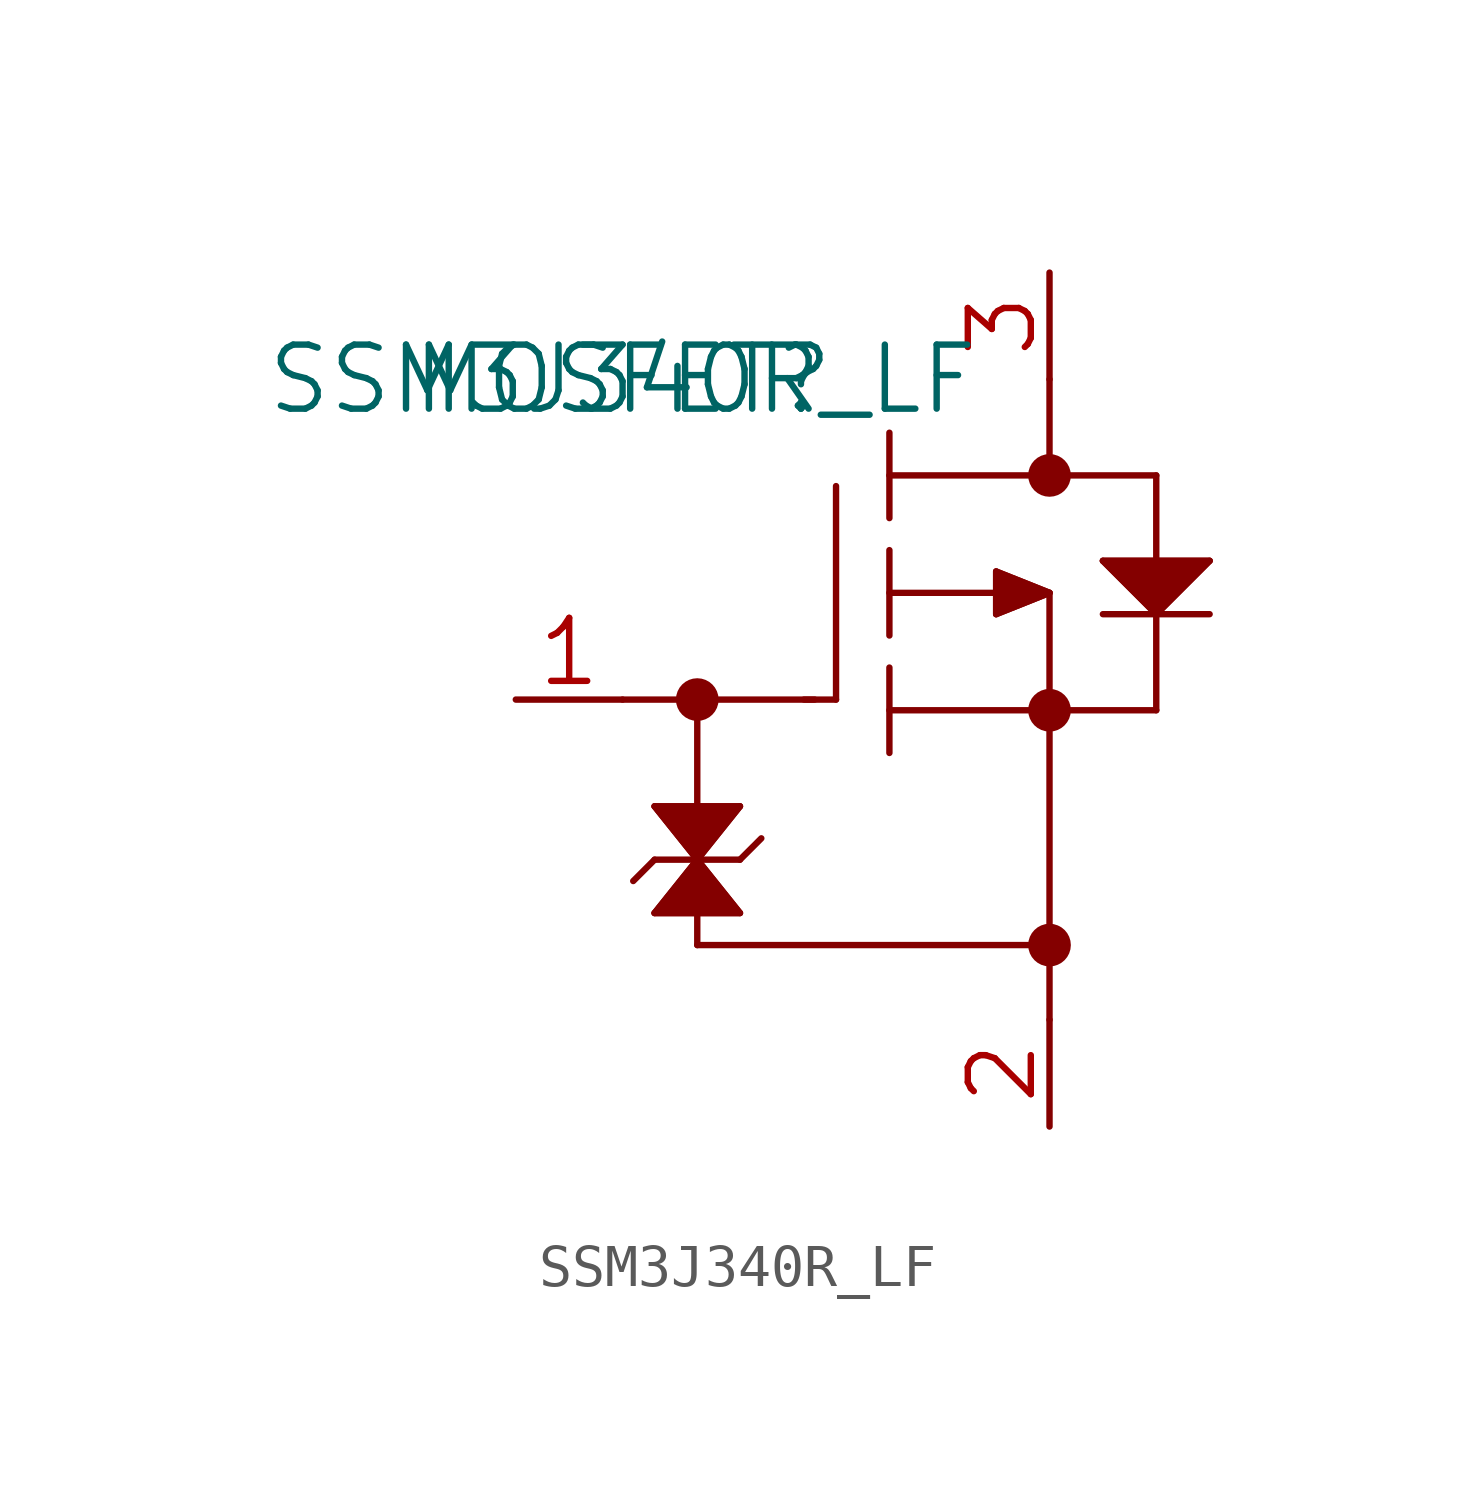
<source format=kicad_sym>
(kicad_symbol_lib
  (version 20211014)
  (generator kicad_symbol_editor)
  (symbol "SSM3J340R_LF"
    (pin_names
      (offset 0))
    (property "Reference" "MOSFET"
      (at 0 0 0)
      (effects (font (size 1.524 1.524))))
    (property "Value" "SSM3J340R_LF"
      (at 0 0 0)
      (effects (font (size 1.524 1.524))))
    (property "Datasheet" ""
      (at 0 0 0)
      (effects (font (size 1.524 1.524))))
    (property "ki_locked" ""
      (at 0 0 0)
      (effects (font (size 1.27 1.27))))
    (symbol "SSM3J340R_LF_1_1"
      (polyline (pts (xy 0 -7.62) (xy 4.572 -7.62)) (stroke (width 0.152) (type default) (color 0 0 0 0)) (fill (type none)))
      (polyline (pts (xy 0.762 -12.7) (xy 2.794 -12.7)) (stroke (width 0.152) (type default) (color 0 0 0 0)) (fill (type none)))
      (polyline (pts (xy 0.762 -11.43) (xy 0.254 -11.938)) (stroke (width 0.152) (type default) (color 0 0 0 0)) (fill (type none)))
      (polyline (pts (xy 0.762 -11.43) (xy 2.794 -11.43)) (stroke (width 0.152) (type default) (color 0 0 0 0)) (fill (type none)))
      (polyline (pts (xy 0.762 -10.16) (xy 1.778 -11.43)) (stroke (width 0.152) (type default) (color 0 0 0 0)) (fill (type none)))
      (polyline (pts (xy 0.762 -10.16) (xy 2.794 -10.16)) (stroke (width 0.152) (type default) (color 0 0 0 0)) (fill (type none)))
      (polyline (pts (xy 1.778 -13.462) (xy 10.16 -13.462)) (stroke (width 0.152) (type default) (color 0 0 0 0)) (fill (type none)))
      (polyline (pts (xy 1.778 -12.7) (xy 1.778 -13.462)) (stroke (width 0.152) (type default) (color 0 0 0 0)) (fill (type none)))
      (polyline (pts (xy 1.778 -11.43) (xy 0.762 -12.7)) (stroke (width 0.152) (type default) (color 0 0 0 0)) (fill (type none)))
      (polyline (pts (xy 1.778 -7.62) (xy 1.778 -10.16)) (stroke (width 0.152) (type default) (color 0 0 0 0)) (fill (type none)))
      (polyline (pts (xy 2.794 -12.7) (xy 1.778 -11.43)) (stroke (width 0.152) (type default) (color 0 0 0 0)) (fill (type none)))
      (polyline (pts (xy 2.794 -11.43) (xy 3.302 -10.922)) (stroke (width 0.152) (type default) (color 0 0 0 0)) (fill (type none)))
      (polyline (pts (xy 2.794 -10.16) (xy 1.778 -11.43)) (stroke (width 0.152) (type default) (color 0 0 0 0)) (fill (type none)))
      (polyline (pts (xy 5.08 -7.62) (xy 4.318 -7.62)) (stroke (width 0.152) (type default) (color 0 0 0 0)) (fill (type none)))
      (polyline (pts (xy 5.08 -7.62) (xy 5.08 -2.54)) (stroke (width 0.152) (type default) (color 0 0 0 0)) (fill (type none)))
      (polyline (pts (xy 6.35 -8.89) (xy 6.35 -6.858)) (stroke (width 0.152) (type default) (color 0 0 0 0)) (fill (type none)))
      (polyline (pts (xy 6.35 -7.874) (xy 12.7 -7.874)) (stroke (width 0.152) (type default) (color 0 0 0 0)) (fill (type none)))
      (polyline (pts (xy 6.35 -6.096) (xy 6.35 -4.064)) (stroke (width 0.152) (type default) (color 0 0 0 0)) (fill (type none)))
      (polyline (pts (xy 6.35 -5.08) (xy 8.89 -5.08)) (stroke (width 0.152) (type default) (color 0 0 0 0)) (fill (type none)))
      (polyline (pts (xy 6.35 -3.302) (xy 6.35 -1.27)) (stroke (width 0.152) (type default) (color 0 0 0 0)) (fill (type none)))
      (polyline (pts (xy 8.89 -5.588) (xy 10.16 -5.08)) (stroke (width 0.152) (type default) (color 0 0 0 0)) (fill (type none)))
      (polyline (pts (xy 8.89 -4.572) (xy 8.89 -5.588)) (stroke (width 0.152) (type default) (color 0 0 0 0)) (fill (type none)))
      (polyline (pts (xy 10.16 -5.08) (xy 8.89 -4.572)) (stroke (width 0.152) (type default) (color 0 0 0 0)) (fill (type none)))
      (polyline (pts (xy 10.16 -5.08) (xy 10.16 -15.24)) (stroke (width 0.152) (type default) (color 0 0 0 0)) (fill (type none)))
      (polyline (pts (xy 10.16 0) (xy 10.16 -2.286)) (stroke (width 0.152) (type default) (color 0 0 0 0)) (fill (type none)))
      (polyline (pts (xy 11.43 -5.588) (xy 13.97 -5.588)) (stroke (width 0.152) (type default) (color 0 0 0 0)) (fill (type none)))
      (polyline (pts (xy 11.43 -4.318) (xy 13.97 -4.318)) (stroke (width 0.152) (type default) (color 0 0 0 0)) (fill (type none)))
      (polyline (pts (xy 12.7 -7.874) (xy 12.7 -5.588)) (stroke (width 0.152) (type default) (color 0 0 0 0)) (fill (type none)))
      (polyline (pts (xy 12.7 -5.588) (xy 11.43 -4.318)) (stroke (width 0.152) (type default) (color 0 0 0 0)) (fill (type none)))
      (polyline (pts (xy 12.7 -4.318) (xy 12.7 -2.286)) (stroke (width 0.152) (type default) (color 0 0 0 0)) (fill (type none)))
      (polyline (pts (xy 12.7 -2.286) (xy 6.35 -2.286)) (stroke (width 0.152) (type default) (color 0 0 0 0)) (fill (type none)))
      (polyline (pts (xy 13.97 -4.318) (xy 12.7 -5.588)) (stroke (width 0.152) (type default) (color 0 0 0 0)) (fill (type none)))
      (polyline (pts (xy 8.89 -4.572) (xy 8.89 -5.588) (xy 10.16 -5.08) (xy 8.89 -4.572)) (stroke (width 0) (type default) (color 0 0 0 0)) (fill (type outline)))
      (polyline (pts (xy 11.43 -4.318) (xy 12.7 -5.588) (xy 13.97 -4.318) (xy 11.43 -4.318)) (stroke (width 0) (type default) (color 0 0 0 0)) (fill (type outline)))
      (polyline (pts (xy 0.762 -10.16) (xy 1.778 -11.43) (xy 0.762 -12.7) (xy 2.794 -12.7) (xy 1.778 -11.43) (xy 2.794 -10.16) (xy 0.762 -10.16)) (stroke (width 0) (type default) (color 0 0 0 0)) (fill (type outline)))
      (circle (center 1.778 -7.62) (radius 0.254) (stroke (width 0.508) (type default) (color 0 0 0 0)) (fill (type none)))
      (circle (center 10.16 -13.462) (radius 0.254) (stroke (width 0.508) (type default) (color 0 0 0 0)) (fill (type none)))
      (circle (center 10.16 -7.874) (radius 0.254) (stroke (width 0.508) (type default) (color 0 0 0 0)) (fill (type none)))
      (circle (center 10.16 -2.286) (radius 0.254) (stroke (width 0.508) (type default) (color 0 0 0 0)) (fill (type none)))
      (pin unspecified line (at -2.54 -7.62 0) (length 2.54) (name "" (effects (font (size 1.499 1.499)))) (number "1" (effects (font (size 1.499 1.499)))))
      (pin unspecified line (at 10.16 -17.78 90) (length 2.54) (name "" (effects (font (size 1.499 1.499)))) (number "2" (effects (font (size 1.499 1.499)))))
      (pin unspecified line (at 10.16 2.54 270) (length 2.54) (name "" (effects (font (size 1.499 1.499)))) (number "3" (effects (font (size 1.499 1.499))))))))
</source>
